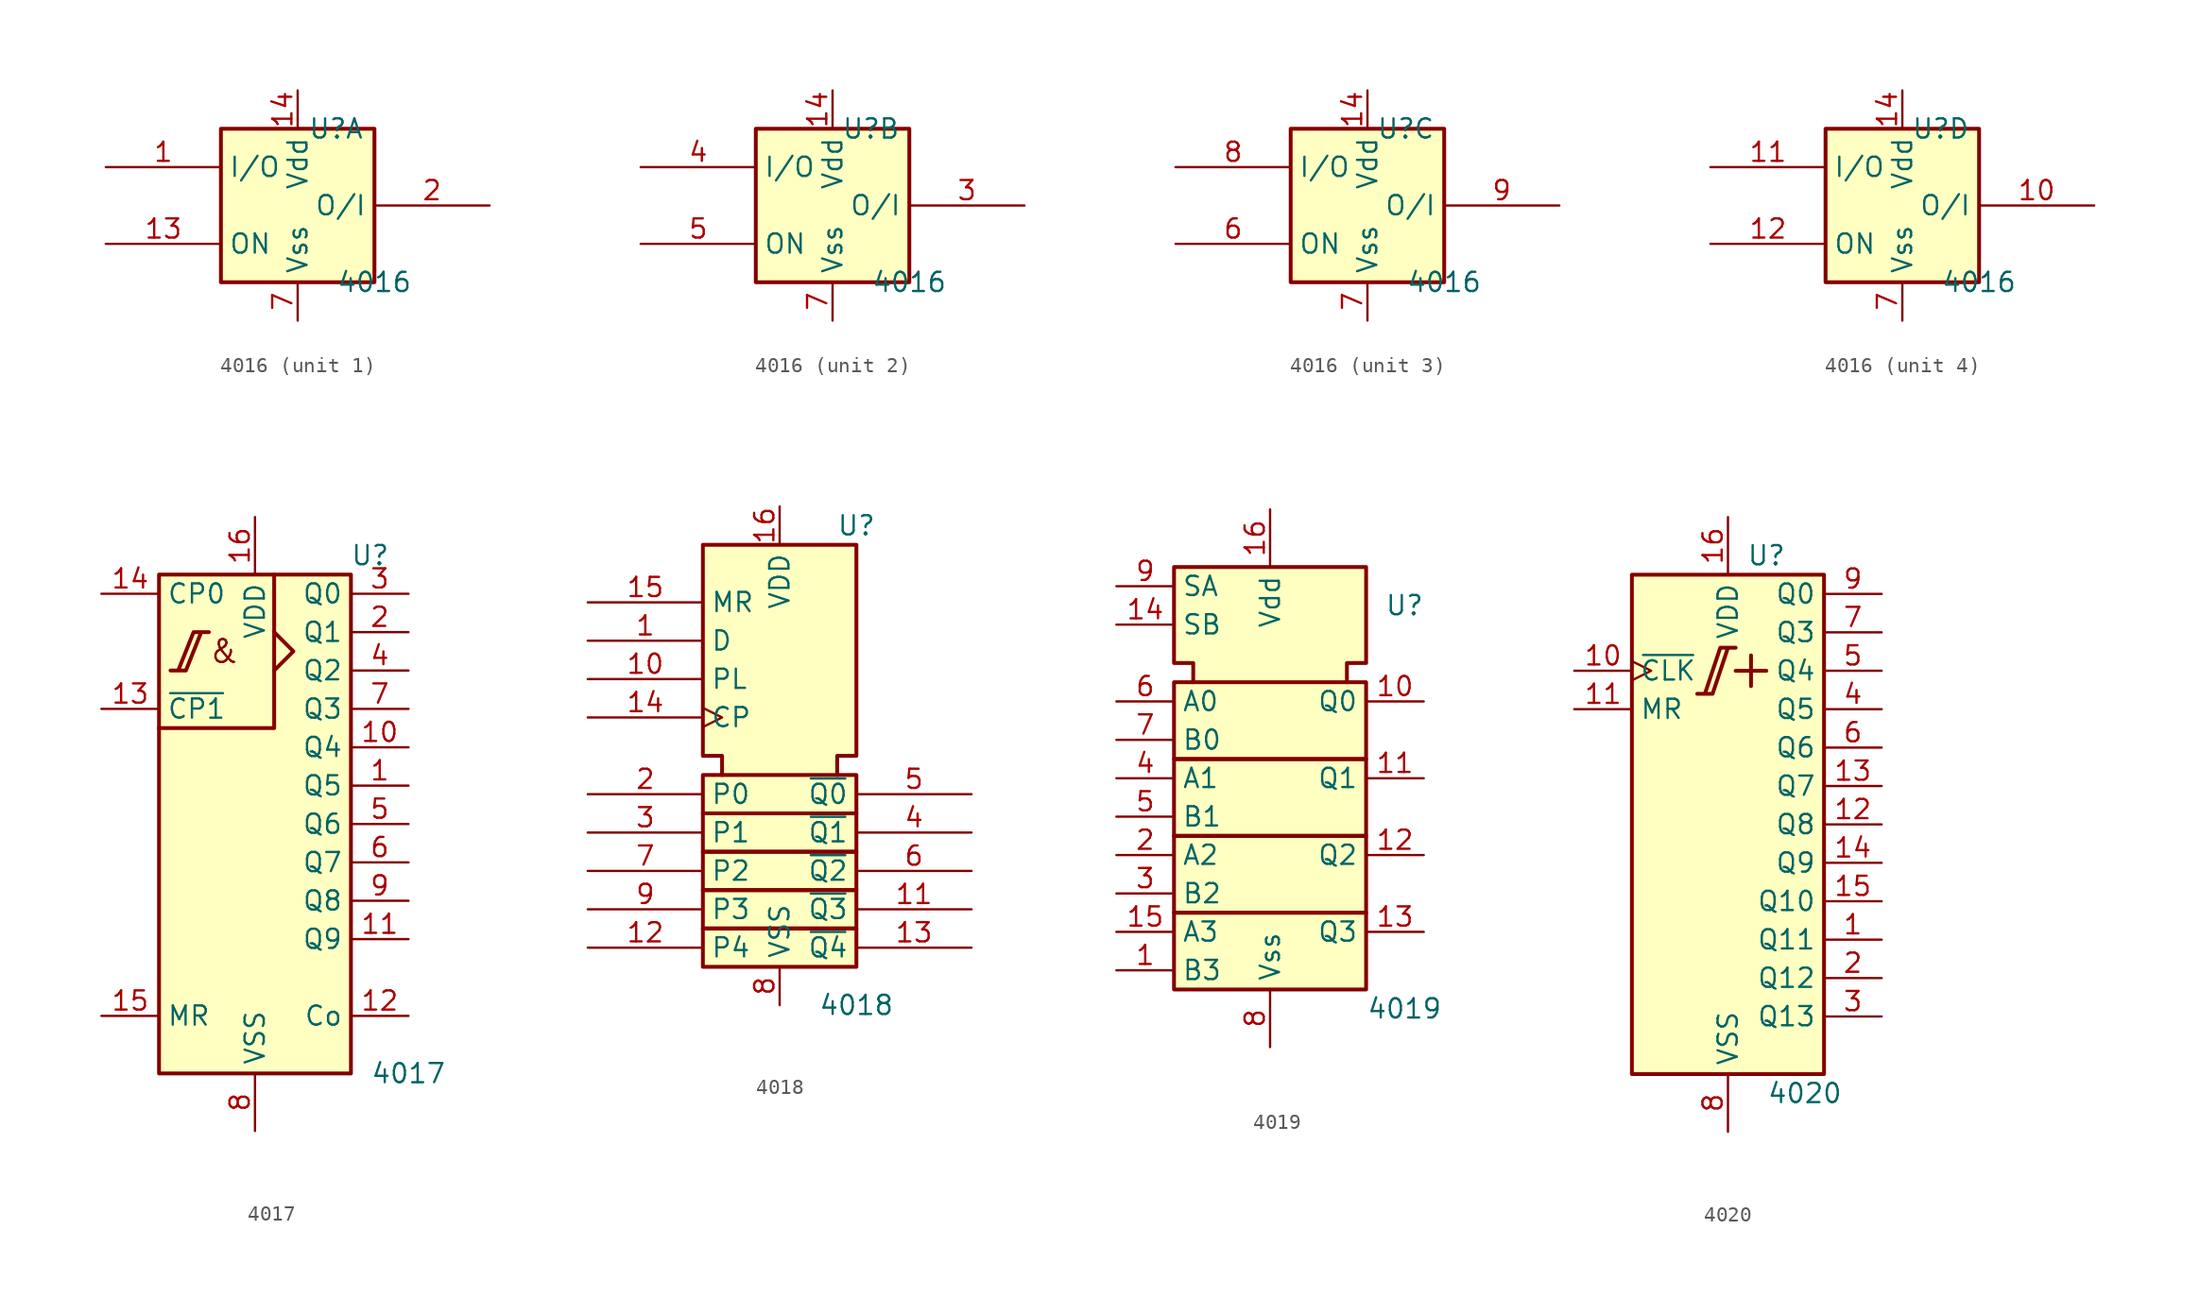
<source format=kicad_sym>
(kicad_symbol_lib
  (version 20241209)
  (generator "kicad_symbol_editor")
  (generator_version "9.0")
  (symbol "4016"
    (property "Reference" "U"
      (at 2.54 5.08 0)
      (effects (font (size 1.27 1.27))))
    (property "Value" "4016"
      (at 5.08 -5.08 0)
      (effects (font (size 1.27 1.27))))
    (symbol "4016_0_1"
      (rectangle (start -5.08 5.08) (end 5.08 -5.08) (stroke (width 0.254) (type default)) (fill (type background)))
      (pin power_in line (at 0 7.62 270) (length 2.54) (name "Vdd" (effects (font (size 1.27 1.27)))) (number "14" (effects (font (size 1.27 1.27)))))
      (pin power_in line (at 0 -7.62 90) (length 2.54) (name "Vss" (effects (font (size 1.27 1.27)))) (number "7" (effects (font (size 1.27 1.27))))))
    (symbol "4016_1_1"
      (pin passive line (at -12.7 2.54 0) (length 7.62) (name "I/O" (effects (font (size 1.27 1.27)))) (number "1" (effects (font (size 1.27 1.27)))))
      (pin input line (at -12.7 -2.54 0) (length 7.62) (name "ON" (effects (font (size 1.27 1.27)))) (number "13" (effects (font (size 1.27 1.27)))))
      (pin passive line (at 12.7 0 180) (length 7.62) (name "O/I" (effects (font (size 1.27 1.27)))) (number "2" (effects (font (size 1.27 1.27))))))
    (symbol "4016_2_1"
      (pin passive line (at -12.7 2.54 0) (length 7.62) (name "I/O" (effects (font (size 1.27 1.27)))) (number "4" (effects (font (size 1.27 1.27)))))
      (pin input line (at -12.7 -2.54 0) (length 7.62) (name "ON" (effects (font (size 1.27 1.27)))) (number "5" (effects (font (size 1.27 1.27)))))
      (pin passive line (at 12.7 0 180) (length 7.62) (name "O/I" (effects (font (size 1.27 1.27)))) (number "3" (effects (font (size 1.27 1.27))))))
    (symbol "4016_3_1"
      (pin passive line (at -12.7 2.54 0) (length 7.62) (name "I/O" (effects (font (size 1.27 1.27)))) (number "8" (effects (font (size 1.27 1.27)))))
      (pin input line (at -12.7 -2.54 0) (length 7.62) (name "ON" (effects (font (size 1.27 1.27)))) (number "6" (effects (font (size 1.27 1.27)))))
      (pin passive line (at 12.7 0 180) (length 7.62) (name "O/I" (effects (font (size 1.27 1.27)))) (number "9" (effects (font (size 1.27 1.27))))))
    (symbol "4016_4_1"
      (pin passive line (at -12.7 2.54 0) (length 7.62) (name "I/O" (effects (font (size 1.27 1.27)))) (number "11" (effects (font (size 1.27 1.27)))))
      (pin input line (at -12.7 -2.54 0) (length 7.62) (name "ON" (effects (font (size 1.27 1.27)))) (number "12" (effects (font (size 1.27 1.27)))))
      (pin passive line (at 12.7 0 180) (length 7.62) (name "O/I" (effects (font (size 1.27 1.27)))) (number "10" (effects (font (size 1.27 1.27)))))))
  (symbol "4017"
    (property "Reference" "U"
      (at 7.62 17.78 0)
      (effects (font (size 1.27 1.27))))
    (property "Value" "4017"
      (at 10.16 -16.51 0)
      (effects (font (size 1.27 1.27))))
    (symbol "4017_0_0"
      (polyline (pts (xy -5.588 10.16) (xy -4.572 10.16) (xy -3.556 12.7) (xy -3.048 12.7) (xy -4.064 12.7) (xy -5.08 10.16) (xy -5.08 10.16)) (stroke (width 0.254) (type default)) (fill (type background)))
      (text "&" (at -2.032 11.43 0) (effects (font (size 1.524 1.524))))
      (pin power_in line (at 0 20.32 270) (length 3.81) (name "VDD" (effects (font (size 1.27 1.27)))) (number "16" (effects (font (size 1.27 1.27)))))
      (pin power_in line (at 0 -20.32 90) (length 3.81) (name "VSS" (effects (font (size 1.27 1.27)))) (number "8" (effects (font (size 1.27 1.27))))))
    (symbol "4017_0_1"
      (rectangle (start -6.35 16.51) (end 6.35 -16.51) (stroke (width 0.254) (type default)) (fill (type background)))
      (polyline (pts (xy 1.27 16.51) (xy 1.27 6.35) (xy -6.35 6.35) (xy -6.35 6.35)) (stroke (width 0.254) (type default)) (fill (type background)))
      (polyline (pts (xy 1.27 12.7) (xy 2.54 11.43) (xy 1.27 10.16) (xy 1.27 10.16)) (stroke (width 0.254) (type default)) (fill (type background))))
    (symbol "4017_1_1"
      (pin input line (at -10.16 15.24 0) (length 3.81) (name "CP0" (effects (font (size 1.27 1.27)))) (number "14" (effects (font (size 1.27 1.27)))))
      (pin input line (at -10.16 7.62 0) (length 3.81) (name "~{CP1}" (effects (font (size 1.27 1.27)))) (number "13" (effects (font (size 1.27 1.27)))))
      (pin input line (at -10.16 -12.7 0) (length 3.81) (name "MR" (effects (font (size 1.27 1.27)))) (number "15" (effects (font (size 1.27 1.27)))))
      (pin output line (at 10.16 15.24 180) (length 3.81) (name "Q0" (effects (font (size 1.27 1.27)))) (number "3" (effects (font (size 1.27 1.27)))))
      (pin output line (at 10.16 12.7 180) (length 3.81) (name "Q1" (effects (font (size 1.27 1.27)))) (number "2" (effects (font (size 1.27 1.27)))))
      (pin output line (at 10.16 10.16 180) (length 3.81) (name "Q2" (effects (font (size 1.27 1.27)))) (number "4" (effects (font (size 1.27 1.27)))))
      (pin output line (at 10.16 7.62 180) (length 3.81) (name "Q3" (effects (font (size 1.27 1.27)))) (number "7" (effects (font (size 1.27 1.27)))))
      (pin output line (at 10.16 5.08 180) (length 3.81) (name "Q4" (effects (font (size 1.27 1.27)))) (number "10" (effects (font (size 1.27 1.27)))))
      (pin output line (at 10.16 2.54 180) (length 3.81) (name "Q5" (effects (font (size 1.27 1.27)))) (number "1" (effects (font (size 1.27 1.27)))))
      (pin output line (at 10.16 0 180) (length 3.81) (name "Q6" (effects (font (size 1.27 1.27)))) (number "5" (effects (font (size 1.27 1.27)))))
      (pin output line (at 10.16 -2.54 180) (length 3.81) (name "Q7" (effects (font (size 1.27 1.27)))) (number "6" (effects (font (size 1.27 1.27)))))
      (pin output line (at 10.16 -5.08 180) (length 3.81) (name "Q8" (effects (font (size 1.27 1.27)))) (number "9" (effects (font (size 1.27 1.27)))))
      (pin output line (at 10.16 -7.62 180) (length 3.81) (name "Q9" (effects (font (size 1.27 1.27)))) (number "11" (effects (font (size 1.27 1.27)))))
      (pin output line (at 10.16 -12.7 180) (length 3.81) (name "Co" (effects (font (size 1.27 1.27)))) (number "12" (effects (font (size 1.27 1.27)))))))
  (symbol "4018"
    (property "Reference" "U"
      (at 5.08 15.24 0)
      (effects (font (size 1.27 1.27))))
    (property "Value" "4018"
      (at 5.08 -16.51 0)
      (effects (font (size 1.27 1.27))))
    (symbol "4018_0_1"
      (rectangle (start -5.08 -1.27) (end 5.08 -3.81) (stroke (width 0.254) (type default)) (fill (type background)))
      (rectangle (start -5.08 -3.81) (end 5.08 -6.35) (stroke (width 0.254) (type default)) (fill (type background)))
      (rectangle (start -5.08 -6.35) (end 5.08 -8.89) (stroke (width 0.254) (type default)) (fill (type background)))
      (rectangle (start -5.08 -8.89) (end 5.08 -11.43) (stroke (width 0.254) (type default)) (fill (type background)))
      (rectangle (start -5.08 -11.43) (end 5.08 -13.97) (stroke (width 0.254) (type default)) (fill (type background)))
      (polyline (pts (xy -3.81 -1.27) (xy -3.81 0) (xy -5.08 0) (xy -5.08 13.97) (xy 5.08 13.97) (xy 5.08 0) (xy 3.81 0) (xy 3.81 -1.27) (xy 3.81 -1.27)) (stroke (width 0.254) (type default)) (fill (type background))))
    (symbol "4018_1_1"
      (pin input line (at -12.7 10.16 0) (length 7.62) (name "MR" (effects (font (size 1.27 1.27)))) (number "15" (effects (font (size 1.27 1.27)))))
      (pin input line (at -12.7 7.62 0) (length 7.62) (name "D" (effects (font (size 1.27 1.27)))) (number "1" (effects (font (size 1.27 1.27)))))
      (pin input line (at -12.7 5.08 0) (length 7.62) (name "PL" (effects (font (size 1.27 1.27)))) (number "10" (effects (font (size 1.27 1.27)))))
      (pin input clock (at -12.7 2.54 0) (length 7.62) (name "CP" (effects (font (size 1.27 1.27)))) (number "14" (effects (font (size 1.27 1.27)))))
      (pin input line (at -12.7 -2.54 0) (length 7.62) (name "P0" (effects (font (size 1.27 1.27)))) (number "2" (effects (font (size 1.27 1.27)))))
      (pin input line (at -12.7 -5.08 0) (length 7.62) (name "P1" (effects (font (size 1.27 1.27)))) (number "3" (effects (font (size 1.27 1.27)))))
      (pin input line (at -12.7 -7.62 0) (length 7.62) (name "P2" (effects (font (size 1.27 1.27)))) (number "7" (effects (font (size 1.27 1.27)))))
      (pin input line (at -12.7 -10.16 0) (length 7.62) (name "P3" (effects (font (size 1.27 1.27)))) (number "9" (effects (font (size 1.27 1.27)))))
      (pin input line (at -12.7 -12.7 0) (length 7.62) (name "P4" (effects (font (size 1.27 1.27)))) (number "12" (effects (font (size 1.27 1.27)))))
      (pin power_in line (at 0 16.51 270) (length 2.54) (name "VDD" (effects (font (size 1.27 1.27)))) (number "16" (effects (font (size 1.27 1.27)))))
      (pin power_in line (at 0 -16.51 90) (length 2.54) (name "VSS" (effects (font (size 1.27 1.27)))) (number "8" (effects (font (size 1.27 1.27)))))
      (pin output line (at 12.7 -2.54 180) (length 7.62) (name "~{Q0}" (effects (font (size 1.27 1.27)))) (number "5" (effects (font (size 1.27 1.27)))))
      (pin output line (at 12.7 -5.08 180) (length 7.62) (name "~{Q1}" (effects (font (size 1.27 1.27)))) (number "4" (effects (font (size 1.27 1.27)))))
      (pin output line (at 12.7 -7.62 180) (length 7.62) (name "~{Q2}" (effects (font (size 1.27 1.27)))) (number "6" (effects (font (size 1.27 1.27)))))
      (pin output line (at 12.7 -10.16 180) (length 7.62) (name "~{Q3}" (effects (font (size 1.27 1.27)))) (number "11" (effects (font (size 1.27 1.27)))))
      (pin output line (at 12.7 -12.7 180) (length 7.62) (name "~{Q4}" (effects (font (size 1.27 1.27)))) (number "13" (effects (font (size 1.27 1.27)))))))
  (symbol "4019"
    (property "Reference" "U"
      (at 8.89 11.43 0)
      (effects (font (size 1.27 1.27))))
    (property "Value" "4019"
      (at 8.89 -15.24 0)
      (effects (font (size 1.27 1.27))))
    (symbol "4019_0_1"
      (rectangle (start -6.35 1.27) (end 6.35 6.35) (stroke (width 0.254) (type default)) (fill (type background)))
      (rectangle (start -6.35 1.27) (end 6.35 -3.81) (stroke (width 0.254) (type default)) (fill (type background)))
      (rectangle (start -6.35 -3.81) (end 6.35 -8.89) (stroke (width 0.254) (type default)) (fill (type background)))
      (rectangle (start -6.35 -8.89) (end 6.35 -13.97) (stroke (width 0.254) (type default)) (fill (type background)))
      (polyline (pts (xy -5.08 6.35) (xy -5.08 7.62) (xy -6.35 7.62) (xy -6.35 13.97) (xy 6.35 13.97) (xy 6.35 7.62) (xy 5.08 7.62) (xy 5.08 6.35) (xy 5.08 6.35)) (stroke (width 0.254) (type default)) (fill (type background)))
      (pin power_in line (at 0 17.78 270) (length 3.81) (name "Vdd" (effects (font (size 1.27 1.27)))) (number "16" (effects (font (size 1.27 1.27)))))
      (pin power_in line (at 0 -17.78 90) (length 3.81) (name "Vss" (effects (font (size 1.27 1.27)))) (number "8" (effects (font (size 1.27 1.27))))))
    (symbol "4019_1_1"
      (pin input line (at -10.16 12.7 0) (length 3.81) (name "SA" (effects (font (size 1.27 1.27)))) (number "9" (effects (font (size 1.27 1.27)))))
      (pin input line (at -10.16 10.16 0) (length 3.81) (name "SB" (effects (font (size 1.27 1.27)))) (number "14" (effects (font (size 1.27 1.27)))))
      (pin input line (at -10.16 5.08 0) (length 3.81) (name "A0" (effects (font (size 1.27 1.27)))) (number "6" (effects (font (size 1.27 1.27)))))
      (pin input line (at -10.16 2.54 0) (length 3.81) (name "B0" (effects (font (size 1.27 1.27)))) (number "7" (effects (font (size 1.27 1.27)))))
      (pin input line (at -10.16 0 0) (length 3.81) (name "A1" (effects (font (size 1.27 1.27)))) (number "4" (effects (font (size 1.27 1.27)))))
      (pin input line (at -10.16 -2.54 0) (length 3.81) (name "B1" (effects (font (size 1.27 1.27)))) (number "5" (effects (font (size 1.27 1.27)))))
      (pin input line (at -10.16 -5.08 0) (length 3.81) (name "A2" (effects (font (size 1.27 1.27)))) (number "2" (effects (font (size 1.27 1.27)))))
      (pin input line (at -10.16 -7.62 0) (length 3.81) (name "B2" (effects (font (size 1.27 1.27)))) (number "3" (effects (font (size 1.27 1.27)))))
      (pin input line (at -10.16 -10.16 0) (length 3.81) (name "A3" (effects (font (size 1.27 1.27)))) (number "15" (effects (font (size 1.27 1.27)))))
      (pin input line (at -10.16 -12.7 0) (length 3.81) (name "B3" (effects (font (size 1.27 1.27)))) (number "1" (effects (font (size 1.27 1.27)))))
      (pin output line (at 10.16 5.08 180) (length 3.81) (name "Q0" (effects (font (size 1.27 1.27)))) (number "10" (effects (font (size 1.27 1.27)))))
      (pin output line (at 10.16 0 180) (length 3.81) (name "Q1" (effects (font (size 1.27 1.27)))) (number "11" (effects (font (size 1.27 1.27)))))
      (pin output line (at 10.16 -5.08 180) (length 3.81) (name "Q2" (effects (font (size 1.27 1.27)))) (number "12" (effects (font (size 1.27 1.27)))))
      (pin output line (at 10.16 -10.16 180) (length 3.81) (name "Q3" (effects (font (size 1.27 1.27)))) (number "13" (effects (font (size 1.27 1.27)))))))
  (symbol "4020"
    (property "Reference" "U"
      (at 2.54 17.78 0)
      (effects (font (size 1.27 1.27))))
    (property "Value" "4020"
      (at 5.08 -17.78 0)
      (effects (font (size 1.27 1.27))))
    (symbol "4020_0_0"
      (rectangle (start -6.35 16.51) (end 6.35 -16.51) (stroke (width 0.254) (type default)) (fill (type background)))
      (polyline (pts (xy -2.032 8.636) (xy -1.016 8.636) (xy 0 11.684) (xy 0.508 11.684) (xy -0.508 11.684) (xy -1.524 8.636) (xy -1.524 8.636)) (stroke (width 0.254) (type default)) (fill (type background)))
      (polyline (pts (xy 0.508 10.16) (xy 2.54 10.16) (xy 2.54 10.16)) (stroke (width 0.254) (type default)) (fill (type background)))
      (polyline (pts (xy 1.524 11.176) (xy 1.524 9.144) (xy 1.524 9.144)) (stroke (width 0.254) (type default)) (fill (type background)))
      (pin power_in line (at 0 20.32 270) (length 3.81) (name "VDD" (effects (font (size 1.27 1.27)))) (number "16" (effects (font (size 1.27 1.27)))))
      (pin power_in line (at 0 -20.32 90) (length 3.81) (name "VSS" (effects (font (size 1.27 1.27)))) (number "8" (effects (font (size 1.27 1.27))))))
    (symbol "4020_1_1"
      (pin input clock (at -10.16 10.16 0) (length 3.81) (name "~{CLK}" (effects (font (size 1.27 1.27)))) (number "10" (effects (font (size 1.27 1.27)))))
      (pin input line (at -10.16 7.62 0) (length 3.81) (name "MR" (effects (font (size 1.27 1.27)))) (number "11" (effects (font (size 1.27 1.27)))))
      (pin output line (at 10.16 15.24 180) (length 3.81) (name "Q0" (effects (font (size 1.27 1.27)))) (number "9" (effects (font (size 1.27 1.27)))))
      (pin output line (at 10.16 12.7 180) (length 3.81) (name "Q3" (effects (font (size 1.27 1.27)))) (number "7" (effects (font (size 1.27 1.27)))))
      (pin output line (at 10.16 10.16 180) (length 3.81) (name "Q4" (effects (font (size 1.27 1.27)))) (number "5" (effects (font (size 1.27 1.27)))))
      (pin output line (at 10.16 7.62 180) (length 3.81) (name "Q5" (effects (font (size 1.27 1.27)))) (number "4" (effects (font (size 1.27 1.27)))))
      (pin output line (at 10.16 5.08 180) (length 3.81) (name "Q6" (effects (font (size 1.27 1.27)))) (number "6" (effects (font (size 1.27 1.27)))))
      (pin output line (at 10.16 2.54 180) (length 3.81) (name "Q7" (effects (font (size 1.27 1.27)))) (number "13" (effects (font (size 1.27 1.27)))))
      (pin output line (at 10.16 0 180) (length 3.81) (name "Q8" (effects (font (size 1.27 1.27)))) (number "12" (effects (font (size 1.27 1.27)))))
      (pin output line (at 10.16 -2.54 180) (length 3.81) (name "Q9" (effects (font (size 1.27 1.27)))) (number "14" (effects (font (size 1.27 1.27)))))
      (pin output line (at 10.16 -5.08 180) (length 3.81) (name "Q10" (effects (font (size 1.27 1.27)))) (number "15" (effects (font (size 1.27 1.27)))))
      (pin output line (at 10.16 -7.62 180) (length 3.81) (name "Q11" (effects (font (size 1.27 1.27)))) (number "1" (effects (font (size 1.27 1.27)))))
      (pin output line (at 10.16 -10.16 180) (length 3.81) (name "Q12" (effects (font (size 1.27 1.27)))) (number "2" (effects (font (size 1.27 1.27)))))
      (pin output line (at 10.16 -12.7 180) (length 3.81) (name "Q13" (effects (font (size 1.27 1.27)))) (number "3" (effects (font (size 1.27 1.27))))))))
</source>
